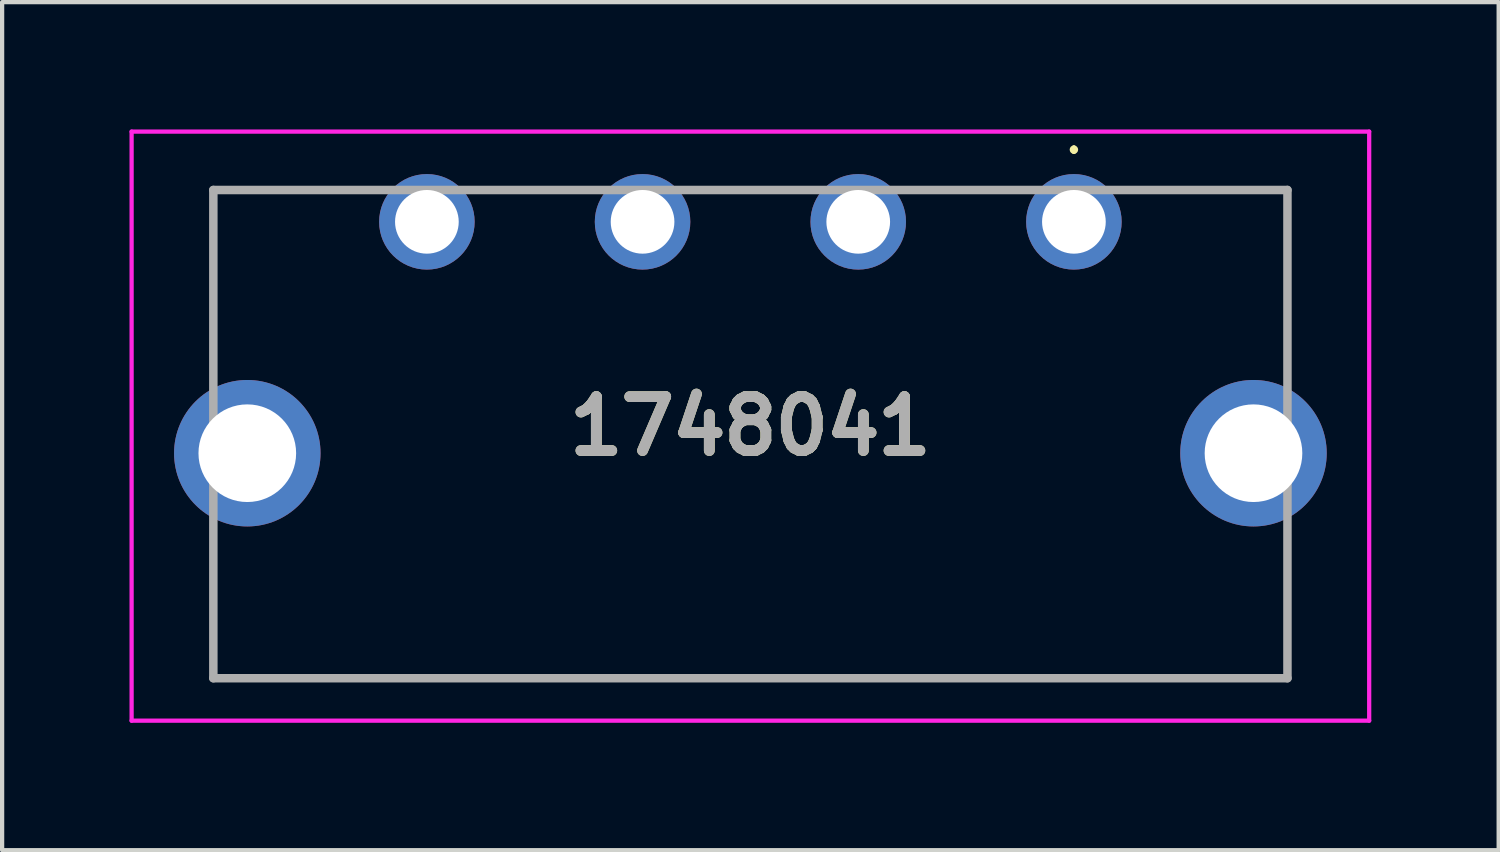
<source format=kicad_pcb>
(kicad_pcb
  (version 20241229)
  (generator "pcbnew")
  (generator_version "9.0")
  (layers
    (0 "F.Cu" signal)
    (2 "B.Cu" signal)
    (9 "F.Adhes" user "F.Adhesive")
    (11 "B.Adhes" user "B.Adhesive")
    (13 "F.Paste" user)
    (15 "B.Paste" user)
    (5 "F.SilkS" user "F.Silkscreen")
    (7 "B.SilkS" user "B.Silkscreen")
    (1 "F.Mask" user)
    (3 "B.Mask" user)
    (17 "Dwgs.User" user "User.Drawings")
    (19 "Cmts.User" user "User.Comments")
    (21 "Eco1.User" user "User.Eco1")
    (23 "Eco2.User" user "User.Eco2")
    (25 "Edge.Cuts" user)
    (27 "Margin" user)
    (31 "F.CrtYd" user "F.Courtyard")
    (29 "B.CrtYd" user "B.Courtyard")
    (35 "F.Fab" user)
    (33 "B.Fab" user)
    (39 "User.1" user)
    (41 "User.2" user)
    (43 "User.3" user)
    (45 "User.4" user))
  (footprint "1748041"
    (layer "F.Cu")
    (at 22.245 2.175)
    (property "Reference" "1748041" (at -7.62 4.813 0) (layer "F.SilkS") (effects (font (size 1.27 1.27) (thickness 0.254))))
    (attr through_hole)
    (fp_line (start -20.27 -0.75) (end -20.27 3) (stroke (width 0.1) (type solid)) (layer "F.SilkS"))
    (fp_line (start -20.27 7.5) (end -20.27 10.75) (stroke (width 0.1) (type solid)) (layer "F.SilkS"))
    (fp_line (start -20.27 10.75) (end 5 10.75) (stroke (width 0.1) (type solid)) (layer "F.SilkS"))
    (fp_line (start -17 -0.75) (end -20.27 -0.75) (stroke (width 0.1) (type solid)) (layer "F.SilkS"))
    (fp_line (start -14 -0.75) (end -11.5 -0.75) (stroke (width 0.1) (type solid)) (layer "F.SilkS"))
    (fp_line (start -8.75 -0.75) (end -6.5 -0.75) (stroke (width 0.1) (type solid)) (layer "F.SilkS"))
    (fp_line (start -3.5 -0.75) (end -1.5 -0.75) (stroke (width 0.1) (type solid)) (layer "F.SilkS"))
    (fp_line (start 0 -1.75) (end 0 -1.75) (stroke (width 0.1) (type solid)) (layer "F.SilkS"))
    (fp_line (start 0 -1.65) (end 0 -1.65) (stroke (width 0.1) (type solid)) (layer "F.SilkS"))
    (fp_line (start 1.5 -0.75) (end 5 -0.75) (stroke (width 0.1) (type solid)) (layer "F.SilkS"))
    (fp_line (start 5 -0.75) (end 5.03 3) (stroke (width 0.1) (type solid)) (layer "F.SilkS"))
    (fp_line (start 5 10.75) (end 5.03 7.5) (stroke (width 0.1) (type solid)) (layer "F.SilkS"))
    (fp_arc (start 0 -1.75) (mid 0.05 -1.7) (end 0 -1.65) (stroke (width 0.1) (type solid)) (layer "F.SilkS"))
    (fp_arc (start 0 -1.65) (mid -0.05 -1.7) (end 0 -1.75) (stroke (width 0.1) (type solid)) (layer "F.SilkS"))
    (fp_line (start -22.195 -2.125) (end -22.195 11.75) (stroke (width 0.1) (type solid)) (layer "F.CrtYd"))
    (fp_line (start -22.195 11.75) (end 6.955 11.75) (stroke (width 0.1) (type solid)) (layer "F.CrtYd"))
    (fp_line (start 6.955 -2.125) (end -22.195 -2.125) (stroke (width 0.1) (type solid)) (layer "F.CrtYd"))
    (fp_line (start 6.955 11.75) (end 6.955 -2.125) (stroke (width 0.1) (type solid)) (layer "F.CrtYd"))
    (fp_line (start -20.27 -0.75) (end -20.27 10.75) (stroke (width 0.2) (type solid)) (layer "F.Fab"))
    (fp_line (start -20.27 10.75) (end 5.03 10.75) (stroke (width 0.2) (type solid)) (layer "F.Fab"))
    (fp_line (start 5.03 -0.75) (end -20.27 -0.75) (stroke (width 0.2) (type solid)) (layer "F.Fab"))
    (fp_line (start 5.03 10.75) (end 5.03 -0.75) (stroke (width 0.2) (type solid)) (layer "F.Fab"))
    (fp_text user "${REFERENCE}" (at -7.62 4.813 0) (layer "F.Fab") (effects (font (size 1.27 1.27) (thickness 0.254))))
    (pad "1" thru_hole circle (at 0 0) (size 2.25 2.25) (drill 1.5) (layers "*.Cu" "*.Mask"))
    (pad "2" thru_hole circle (at -5.08 0) (size 2.25 2.25) (drill 1.5) (layers "*.Cu" "*.Mask"))
    (pad "3" thru_hole circle (at -10.16 0) (size 2.25 2.25) (drill 1.5) (layers "*.Cu" "*.Mask"))
    (pad "4" thru_hole circle (at -15.24 0) (size 2.25 2.25) (drill 1.5) (layers "*.Cu" "*.Mask"))
    (pad "MH1" thru_hole circle (at 4.23 5.45) (size 3.45 3.45) (drill 2.3) (layers "*.Cu" "*.Mask"))
    (pad "MH2" thru_hole circle (at -19.47 5.45) (size 3.45 3.45) (drill 2.3) (layers "*.Cu" "*.Mask")))
  (gr_rect
    (start -3 -3)
    (end 32.25 16.975)
    (stroke (width 0.1) (type default))
    (fill no)
    (layer "Edge.Cuts")))
</source>
